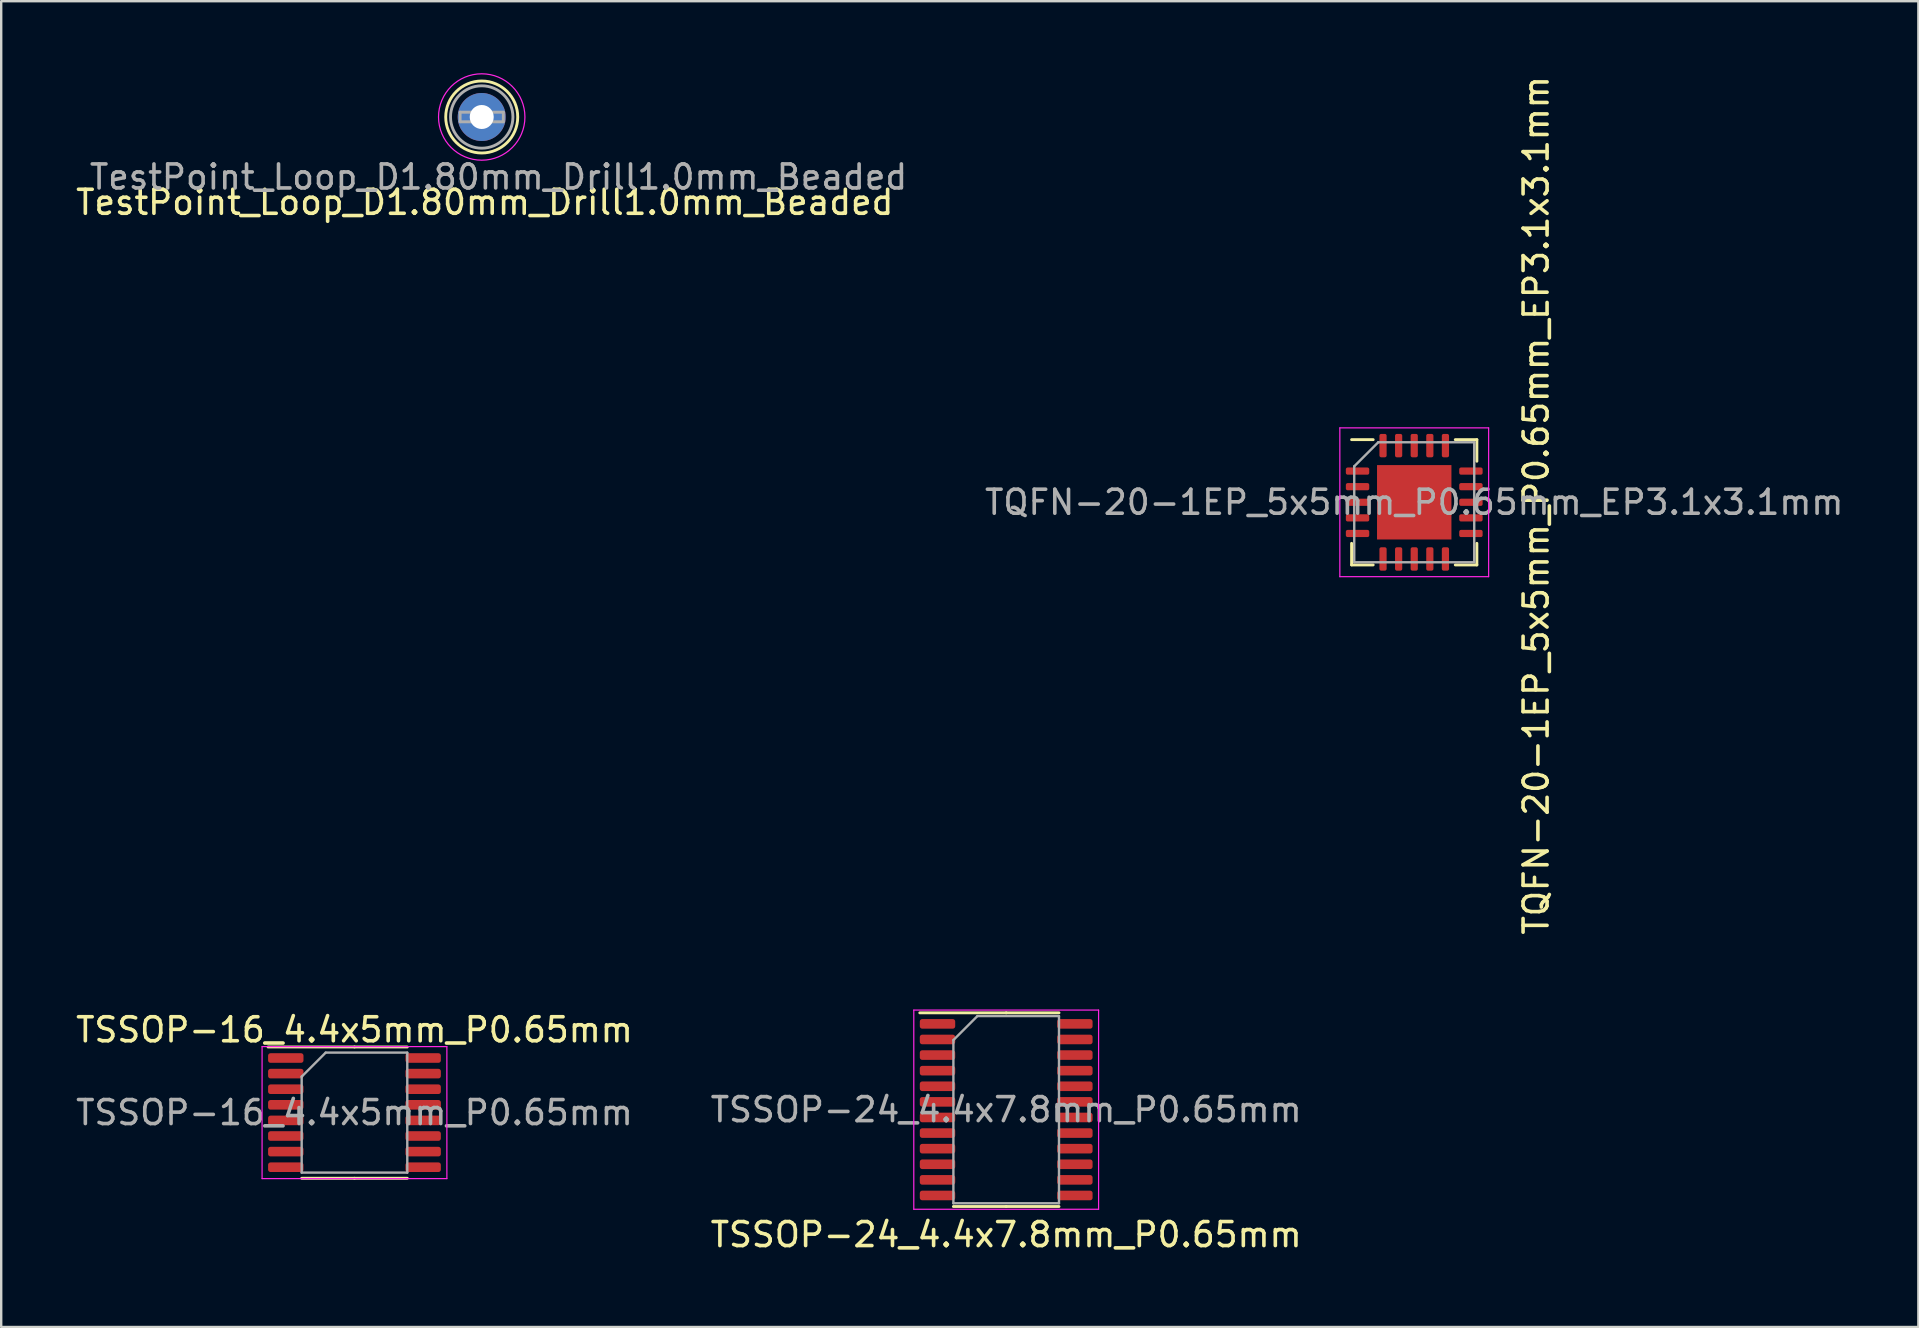
<source format=kicad_pcb>
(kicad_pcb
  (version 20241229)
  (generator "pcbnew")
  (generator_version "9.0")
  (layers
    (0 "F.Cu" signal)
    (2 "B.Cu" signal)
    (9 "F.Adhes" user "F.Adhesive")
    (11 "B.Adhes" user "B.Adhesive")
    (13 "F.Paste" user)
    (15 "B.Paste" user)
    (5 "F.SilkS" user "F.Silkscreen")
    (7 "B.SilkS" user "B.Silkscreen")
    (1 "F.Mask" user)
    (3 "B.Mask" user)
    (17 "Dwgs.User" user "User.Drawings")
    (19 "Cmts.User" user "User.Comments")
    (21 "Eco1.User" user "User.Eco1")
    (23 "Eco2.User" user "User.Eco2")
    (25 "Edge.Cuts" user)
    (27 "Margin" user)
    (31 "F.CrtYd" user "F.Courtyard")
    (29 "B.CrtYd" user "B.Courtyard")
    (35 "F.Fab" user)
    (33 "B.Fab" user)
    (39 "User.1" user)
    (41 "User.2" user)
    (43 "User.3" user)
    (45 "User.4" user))
  (footprint "TSSOP-24_4.4x7.8mm_P0.65mm"
    (layer "F.Cu")
    (at 38.875 43.187)
    (property "Reference" "TSSOP-24_4.4x7.8mm_P0.65mm" (at 0 5.207 0) (layer "F.SilkS") (effects (font (size 1 1) (thickness 0.15))))
    (attr smd)
    (fp_line (start 0 -4.035) (end -3.6 -4.035) (stroke (width 0.12) (type solid)) (layer "F.SilkS"))
    (fp_line (start 0 -4.035) (end 2.2 -4.035) (stroke (width 0.12) (type solid)) (layer "F.SilkS"))
    (fp_line (start 0 4.035) (end -2.2 4.035) (stroke (width 0.12) (type solid)) (layer "F.SilkS"))
    (fp_line (start 0 4.035) (end 2.2 4.035) (stroke (width 0.12) (type solid)) (layer "F.SilkS"))
    (fp_line (start -3.85 -4.15) (end -3.85 4.15) (stroke (width 0.05) (type solid)) (layer "F.CrtYd"))
    (fp_line (start -3.85 4.15) (end 3.85 4.15) (stroke (width 0.05) (type solid)) (layer "F.CrtYd"))
    (fp_line (start 3.85 -4.15) (end -3.85 -4.15) (stroke (width 0.05) (type solid)) (layer "F.CrtYd"))
    (fp_line (start 3.85 4.15) (end 3.85 -4.15) (stroke (width 0.05) (type solid)) (layer "F.CrtYd"))
    (fp_line (start -2.2 -2.9) (end -1.2 -3.9) (stroke (width 0.1) (type solid)) (layer "F.Fab"))
    (fp_line (start -2.2 3.9) (end -2.2 -2.9) (stroke (width 0.1) (type solid)) (layer "F.Fab"))
    (fp_line (start -1.2 -3.9) (end 2.2 -3.9) (stroke (width 0.1) (type solid)) (layer "F.Fab"))
    (fp_line (start 2.2 -3.9) (end 2.2 3.9) (stroke (width 0.1) (type solid)) (layer "F.Fab"))
    (fp_line (start 2.2 3.9) (end -2.2 3.9) (stroke (width 0.1) (type solid)) (layer "F.Fab"))
    (fp_text user "${REFERENCE}" (at 0 0 0) (layer "F.Fab") (effects (font (size 1 1) (thickness 0.15))))
    (pad "1" smd roundrect (at -2.862 -3.575) (size 1.475 0.4) (layers "F.Cu" "F.Mask" "F.Paste") (roundrect_rratio 0.25))
    (pad "2" smd roundrect (at -2.862 -2.925) (size 1.475 0.4) (layers "F.Cu" "F.Mask" "F.Paste") (roundrect_rratio 0.25))
    (pad "3" smd roundrect (at -2.862 -2.275) (size 1.475 0.4) (layers "F.Cu" "F.Mask" "F.Paste") (roundrect_rratio 0.25))
    (pad "4" smd roundrect (at -2.862 -1.625) (size 1.475 0.4) (layers "F.Cu" "F.Mask" "F.Paste") (roundrect_rratio 0.25))
    (pad "5" smd roundrect (at -2.862 -0.975) (size 1.475 0.4) (layers "F.Cu" "F.Mask" "F.Paste") (roundrect_rratio 0.25))
    (pad "6" smd roundrect (at -2.862 -0.325) (size 1.475 0.4) (layers "F.Cu" "F.Mask" "F.Paste") (roundrect_rratio 0.25))
    (pad "7" smd roundrect (at -2.862 0.325) (size 1.475 0.4) (layers "F.Cu" "F.Mask" "F.Paste") (roundrect_rratio 0.25))
    (pad "8" smd roundrect (at -2.862 0.975) (size 1.475 0.4) (layers "F.Cu" "F.Mask" "F.Paste") (roundrect_rratio 0.25))
    (pad "9" smd roundrect (at -2.862 1.625) (size 1.475 0.4) (layers "F.Cu" "F.Mask" "F.Paste") (roundrect_rratio 0.25))
    (pad "10" smd roundrect (at -2.862 2.275) (size 1.475 0.4) (layers "F.Cu" "F.Mask" "F.Paste") (roundrect_rratio 0.25))
    (pad "11" smd roundrect (at -2.862 2.925) (size 1.475 0.4) (layers "F.Cu" "F.Mask" "F.Paste") (roundrect_rratio 0.25))
    (pad "12" smd roundrect (at -2.862 3.575) (size 1.475 0.4) (layers "F.Cu" "F.Mask" "F.Paste") (roundrect_rratio 0.25))
    (pad "13" smd roundrect (at 2.862 3.575) (size 1.475 0.4) (layers "F.Cu" "F.Mask" "F.Paste") (roundrect_rratio 0.25))
    (pad "14" smd roundrect (at 2.862 2.925) (size 1.475 0.4) (layers "F.Cu" "F.Mask" "F.Paste") (roundrect_rratio 0.25))
    (pad "15" smd roundrect (at 2.862 2.275) (size 1.475 0.4) (layers "F.Cu" "F.Mask" "F.Paste") (roundrect_rratio 0.25))
    (pad "16" smd roundrect (at 2.862 1.625) (size 1.475 0.4) (layers "F.Cu" "F.Mask" "F.Paste") (roundrect_rratio 0.25))
    (pad "17" smd roundrect (at 2.862 0.975) (size 1.475 0.4) (layers "F.Cu" "F.Mask" "F.Paste") (roundrect_rratio 0.25))
    (pad "18" smd roundrect (at 2.862 0.325) (size 1.475 0.4) (layers "F.Cu" "F.Mask" "F.Paste") (roundrect_rratio 0.25))
    (pad "19" smd roundrect (at 2.862 -0.325) (size 1.475 0.4) (layers "F.Cu" "F.Mask" "F.Paste") (roundrect_rratio 0.25))
    (pad "20" smd roundrect (at 2.862 -0.975) (size 1.475 0.4) (layers "F.Cu" "F.Mask" "F.Paste") (roundrect_rratio 0.25))
    (pad "21" smd roundrect (at 2.862 -1.625) (size 1.475 0.4) (layers "F.Cu" "F.Mask" "F.Paste") (roundrect_rratio 0.25))
    (pad "22" smd roundrect (at 2.862 -2.275) (size 1.475 0.4) (layers "F.Cu" "F.Mask" "F.Paste") (roundrect_rratio 0.25))
    (pad "23" smd roundrect (at 2.862 -2.925) (size 1.475 0.4) (layers "F.Cu" "F.Mask" "F.Paste") (roundrect_rratio 0.25))
    (pad "24" smd roundrect (at 2.862 -3.575) (size 1.475 0.4) (layers "F.Cu" "F.Mask" "F.Paste") (roundrect_rratio 0.25)))
  (footprint "TestPoint_Loop_D1.80mm_Drill1.0mm_Beaded"
    (layer "F.Cu")
    (at 17.022 1.825)
    (property "Reference" "TestPoint_Loop_D1.80mm_Drill1.0mm_Beaded" (at 0.127 3.556 0) (layer "F.SilkS") (effects (font (size 1 1) (thickness 0.15))))
    (attr through_hole)
    (fp_circle (center 0 0) (end 1.5 0) (stroke (width 0.12) (type solid)) (fill no) (layer "F.SilkS"))
    (fp_circle (center 0 0) (end 1.8 0) (stroke (width 0.05) (type solid)) (fill no) (layer "F.CrtYd"))
    (fp_line (start -0.9 -0.2) (end 0.9 -0.2) (stroke (width 0.12) (type solid)) (layer "F.Fab"))
    (fp_line (start -0.9 0.2) (end -0.9 -0.2) (stroke (width 0.12) (type solid)) (layer "F.Fab"))
    (fp_line (start 0.9 -0.2) (end 0.9 0.2) (stroke (width 0.12) (type solid)) (layer "F.Fab"))
    (fp_line (start 0.9 0.2) (end -0.9 0.2) (stroke (width 0.12) (type solid)) (layer "F.Fab"))
    (fp_circle (center 0 0) (end 1.3 0) (stroke (width 0.12) (type solid)) (fill no) (layer "F.Fab"))
    (fp_text user "${REFERENCE}" (at 0.7 2.5 0) (layer "F.Fab") (effects (font (size 1 1) (thickness 0.15))))
    (pad "1" thru_hole circle (at 0 0 180) (size 2 2) (drill 1) (layers "*.Cu" "*.Mask")))
  (footprint "TQFN-20-1EP_5x5mm_P0.65mm_EP3.1x3.1mm"
    (layer "F.Cu")
    (at 55.877 17.879)
    (property "Reference" "TQFN-20-1EP_5x5mm_P0.65mm_EP3.1x3.1mm" (at 5.08 0.127 90) (layer "F.SilkS") (effects (font (size 1 1) (thickness 0.15))))
    (attr smd)
    (fp_line (start -2.61 2.61) (end -2.61 1.71) (stroke (width 0.12) (type solid)) (layer "F.SilkS"))
    (fp_line (start -1.71 -2.61) (end -2.61 -2.61) (stroke (width 0.12) (type solid)) (layer "F.SilkS"))
    (fp_line (start -1.71 2.61) (end -2.61 2.61) (stroke (width 0.12) (type solid)) (layer "F.SilkS"))
    (fp_line (start 1.71 -2.61) (end 2.61 -2.61) (stroke (width 0.12) (type solid)) (layer "F.SilkS"))
    (fp_line (start 1.71 2.61) (end 2.61 2.61) (stroke (width 0.12) (type solid)) (layer "F.SilkS"))
    (fp_line (start 2.61 -2.61) (end 2.61 -1.71) (stroke (width 0.12) (type solid)) (layer "F.SilkS"))
    (fp_line (start 2.61 2.61) (end 2.61 1.71) (stroke (width 0.12) (type solid)) (layer "F.SilkS"))
    (fp_line (start -3.1 -3.1) (end -3.1 3.1) (stroke (width 0.05) (type solid)) (layer "F.CrtYd"))
    (fp_line (start -3.1 3.1) (end 3.1 3.1) (stroke (width 0.05) (type solid)) (layer "F.CrtYd"))
    (fp_line (start 3.1 -3.1) (end -3.1 -3.1) (stroke (width 0.05) (type solid)) (layer "F.CrtYd"))
    (fp_line (start 3.1 3.1) (end 3.1 -3.1) (stroke (width 0.05) (type solid)) (layer "F.CrtYd"))
    (fp_line (start -2.5 -1.5) (end -1.5 -2.5) (stroke (width 0.1) (type solid)) (layer "F.Fab"))
    (fp_line (start -2.5 2.5) (end -2.5 -1.5) (stroke (width 0.1) (type solid)) (layer "F.Fab"))
    (fp_line (start -1.5 -2.5) (end 2.5 -2.5) (stroke (width 0.1) (type solid)) (layer "F.Fab"))
    (fp_line (start 2.5 -2.5) (end 2.5 2.5) (stroke (width 0.1) (type solid)) (layer "F.Fab"))
    (fp_line (start 2.5 2.5) (end -2.5 2.5) (stroke (width 0.1) (type solid)) (layer "F.Fab"))
    (fp_text user "${REFERENCE}" (at 0 0 0) (layer "F.Fab") (effects (font (size 1 1) (thickness 0.15))))
    (pad "" smd roundrect (at -0.775 -0.775 180) (size 1.25 1.25) (layers "F.Paste") (roundrect_rratio 0.2))
    (pad "" smd roundrect (at -0.775 0.775 180) (size 1.25 1.25) (layers "F.Paste") (roundrect_rratio 0.2))
    (pad "" smd roundrect (at 0.775 -0.775 180) (size 1.25 1.25) (layers "F.Paste") (roundrect_rratio 0.2))
    (pad "" smd roundrect (at 0.775 0.775 180) (size 1.25 1.25) (layers "F.Paste") (roundrect_rratio 0.2))
    (pad "1" smd roundrect (at -2.362 -1.3 180) (size 0.975 0.3) (layers "F.Cu" "F.Mask" "F.Paste") (roundrect_rratio 0.25))
    (pad "2" smd roundrect (at -2.362 -0.65 180) (size 0.975 0.3) (layers "F.Cu" "F.Mask" "F.Paste") (roundrect_rratio 0.25))
    (pad "3" smd roundrect (at -2.362 0 180) (size 0.975 0.3) (layers "F.Cu" "F.Mask" "F.Paste") (roundrect_rratio 0.25))
    (pad "4" smd roundrect (at -2.362 0.65 180) (size 0.975 0.3) (layers "F.Cu" "F.Mask" "F.Paste") (roundrect_rratio 0.25))
    (pad "5" smd roundrect (at -2.362 1.3 180) (size 0.975 0.3) (layers "F.Cu" "F.Mask" "F.Paste") (roundrect_rratio 0.25))
    (pad "6" smd roundrect (at -1.3 2.362 180) (size 0.3 0.975) (layers "F.Cu" "F.Mask" "F.Paste") (roundrect_rratio 0.25))
    (pad "7" smd roundrect (at -0.65 2.362 180) (size 0.3 0.975) (layers "F.Cu" "F.Mask" "F.Paste") (roundrect_rratio 0.25))
    (pad "8" smd roundrect (at 0 2.362 180) (size 0.3 0.975) (layers "F.Cu" "F.Mask" "F.Paste") (roundrect_rratio 0.25))
    (pad "9" smd roundrect (at 0.65 2.362 180) (size 0.3 0.975) (layers "F.Cu" "F.Mask" "F.Paste") (roundrect_rratio 0.25))
    (pad "10" smd roundrect (at 1.3 2.362 180) (size 0.3 0.975) (layers "F.Cu" "F.Mask" "F.Paste") (roundrect_rratio 0.25))
    (pad "11" smd roundrect (at 2.362 1.3 180) (size 0.975 0.3) (layers "F.Cu" "F.Mask" "F.Paste") (roundrect_rratio 0.25))
    (pad "12" smd roundrect (at 2.362 0.65 180) (size 0.975 0.3) (layers "F.Cu" "F.Mask" "F.Paste") (roundrect_rratio 0.25))
    (pad "13" smd roundrect (at 2.362 0 180) (size 0.975 0.3) (layers "F.Cu" "F.Mask" "F.Paste") (roundrect_rratio 0.25))
    (pad "14" smd roundrect (at 2.362 -0.65 180) (size 0.975 0.3) (layers "F.Cu" "F.Mask" "F.Paste") (roundrect_rratio 0.25))
    (pad "15" smd roundrect (at 2.362 -1.3 180) (size 0.975 0.3) (layers "F.Cu" "F.Mask" "F.Paste") (roundrect_rratio 0.25))
    (pad "16" smd roundrect (at 1.3 -2.362 180) (size 0.3 0.975) (layers "F.Cu" "F.Mask" "F.Paste") (roundrect_rratio 0.25))
    (pad "17" smd roundrect (at 0.65 -2.362 180) (size 0.3 0.975) (layers "F.Cu" "F.Mask" "F.Paste") (roundrect_rratio 0.25))
    (pad "18" smd roundrect (at 0 -2.362 180) (size 0.3 0.975) (layers "F.Cu" "F.Mask" "F.Paste") (roundrect_rratio 0.25))
    (pad "19" smd roundrect (at -0.65 -2.362 180) (size 0.3 0.975) (layers "F.Cu" "F.Mask" "F.Paste") (roundrect_rratio 0.25))
    (pad "20" smd roundrect (at -1.3 -2.362 180) (size 0.3 0.975) (layers "F.Cu" "F.Mask" "F.Paste") (roundrect_rratio 0.25))
    (pad "21" smd rect (at 0 0 180) (size 3.1 3.1) (layers "F.Cu" "F.Mask")))
  (footprint "TSSOP-16_4.4x5mm_P0.65mm"
    (layer "F.Cu")
    (at 11.72 43.31)
    (property "Reference" "TSSOP-16_4.4x5mm_P0.65mm" (at 0 -3.45 0) (layer "F.SilkS") (effects (font (size 1 1) (thickness 0.15))))
    (attr smd)
    (fp_line (start 0 -2.735) (end -3.6 -2.735) (stroke (width 0.12) (type solid)) (layer "F.SilkS"))
    (fp_line (start 0 -2.735) (end 2.2 -2.735) (stroke (width 0.12) (type solid)) (layer "F.SilkS"))
    (fp_line (start 0 2.735) (end -2.2 2.735) (stroke (width 0.12) (type solid)) (layer "F.SilkS"))
    (fp_line (start 0 2.735) (end 2.2 2.735) (stroke (width 0.12) (type solid)) (layer "F.SilkS"))
    (fp_line (start -3.85 -2.75) (end -3.85 2.75) (stroke (width 0.05) (type solid)) (layer "F.CrtYd"))
    (fp_line (start -3.85 2.75) (end 3.85 2.75) (stroke (width 0.05) (type solid)) (layer "F.CrtYd"))
    (fp_line (start 3.85 -2.75) (end -3.85 -2.75) (stroke (width 0.05) (type solid)) (layer "F.CrtYd"))
    (fp_line (start 3.85 2.75) (end 3.85 -2.75) (stroke (width 0.05) (type solid)) (layer "F.CrtYd"))
    (fp_line (start -2.2 -1.5) (end -1.2 -2.5) (stroke (width 0.1) (type solid)) (layer "F.Fab"))
    (fp_line (start -2.2 2.5) (end -2.2 -1.5) (stroke (width 0.1) (type solid)) (layer "F.Fab"))
    (fp_line (start -1.2 -2.5) (end 2.2 -2.5) (stroke (width 0.1) (type solid)) (layer "F.Fab"))
    (fp_line (start 2.2 -2.5) (end 2.2 2.5) (stroke (width 0.1) (type solid)) (layer "F.Fab"))
    (fp_line (start 2.2 2.5) (end -2.2 2.5) (stroke (width 0.1) (type solid)) (layer "F.Fab"))
    (fp_text user "${REFERENCE}" (at 0 0 0) (layer "F.Fab") (effects (font (size 1 1) (thickness 0.15))))
    (pad "1" smd roundrect (at -2.862 -2.275) (size 1.475 0.4) (layers "F.Cu" "F.Mask" "F.Paste") (roundrect_rratio 0.25))
    (pad "2" smd roundrect (at -2.862 -1.625) (size 1.475 0.4) (layers "F.Cu" "F.Mask" "F.Paste") (roundrect_rratio 0.25))
    (pad "3" smd roundrect (at -2.862 -0.975) (size 1.475 0.4) (layers "F.Cu" "F.Mask" "F.Paste") (roundrect_rratio 0.25))
    (pad "4" smd roundrect (at -2.862 -0.325) (size 1.475 0.4) (layers "F.Cu" "F.Mask" "F.Paste") (roundrect_rratio 0.25))
    (pad "5" smd roundrect (at -2.862 0.325) (size 1.475 0.4) (layers "F.Cu" "F.Mask" "F.Paste") (roundrect_rratio 0.25))
    (pad "6" smd roundrect (at -2.862 0.975) (size 1.475 0.4) (layers "F.Cu" "F.Mask" "F.Paste") (roundrect_rratio 0.25))
    (pad "7" smd roundrect (at -2.862 1.625) (size 1.475 0.4) (layers "F.Cu" "F.Mask" "F.Paste") (roundrect_rratio 0.25))
    (pad "8" smd roundrect (at -2.862 2.275) (size 1.475 0.4) (layers "F.Cu" "F.Mask" "F.Paste") (roundrect_rratio 0.25))
    (pad "9" smd roundrect (at 2.862 2.275) (size 1.475 0.4) (layers "F.Cu" "F.Mask" "F.Paste") (roundrect_rratio 0.25))
    (pad "10" smd roundrect (at 2.862 1.625) (size 1.475 0.4) (layers "F.Cu" "F.Mask" "F.Paste") (roundrect_rratio 0.25))
    (pad "11" smd roundrect (at 2.862 0.975) (size 1.475 0.4) (layers "F.Cu" "F.Mask" "F.Paste") (roundrect_rratio 0.25))
    (pad "12" smd roundrect (at 2.862 0.325) (size 1.475 0.4) (layers "F.Cu" "F.Mask" "F.Paste") (roundrect_rratio 0.25))
    (pad "13" smd roundrect (at 2.862 -0.325) (size 1.475 0.4) (layers "F.Cu" "F.Mask" "F.Paste") (roundrect_rratio 0.25))
    (pad "14" smd roundrect (at 2.862 -0.975) (size 1.475 0.4) (layers "F.Cu" "F.Mask" "F.Paste") (roundrect_rratio 0.25))
    (pad "15" smd roundrect (at 2.862 -1.625) (size 1.475 0.4) (layers "F.Cu" "F.Mask" "F.Paste") (roundrect_rratio 0.25))
    (pad "16" smd roundrect (at 2.862 -2.275) (size 1.475 0.4) (layers "F.Cu" "F.Mask" "F.Paste") (roundrect_rratio 0.25)))
  (gr_rect
    (start -3 -3)
    (end 76.883 52.242)
    (stroke (width 0.1) (type default))
    (fill no)
    (layer "Edge.Cuts")))
</source>
